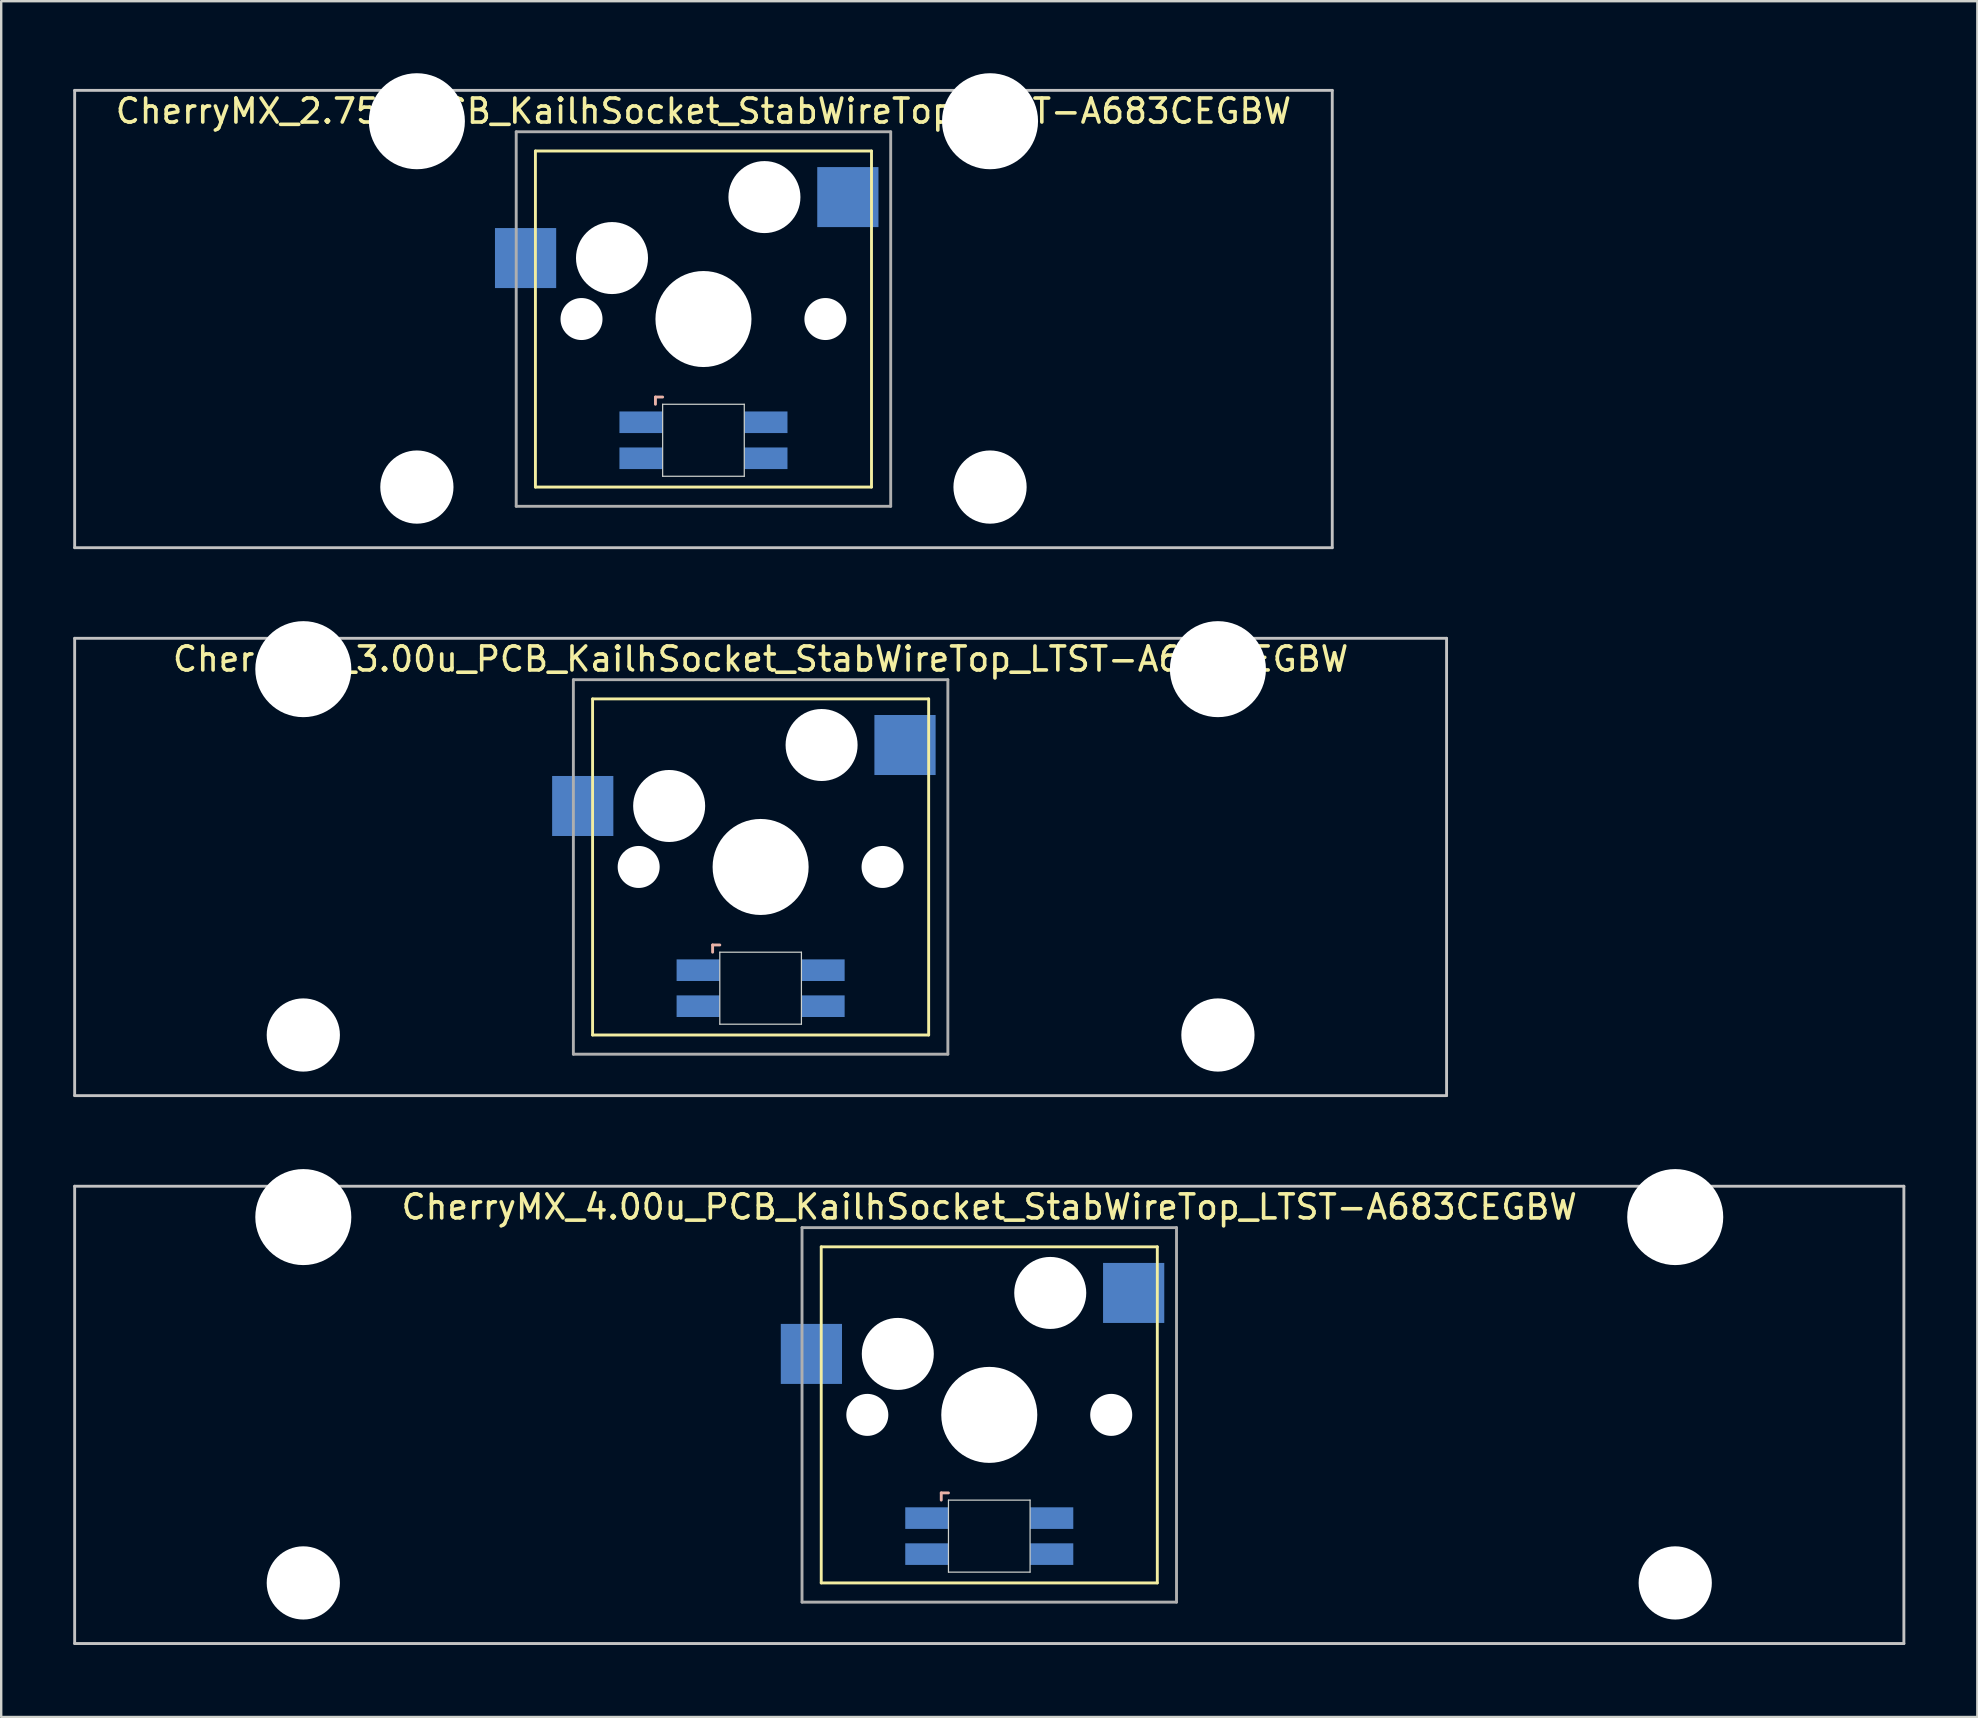
<source format=kicad_pcb>
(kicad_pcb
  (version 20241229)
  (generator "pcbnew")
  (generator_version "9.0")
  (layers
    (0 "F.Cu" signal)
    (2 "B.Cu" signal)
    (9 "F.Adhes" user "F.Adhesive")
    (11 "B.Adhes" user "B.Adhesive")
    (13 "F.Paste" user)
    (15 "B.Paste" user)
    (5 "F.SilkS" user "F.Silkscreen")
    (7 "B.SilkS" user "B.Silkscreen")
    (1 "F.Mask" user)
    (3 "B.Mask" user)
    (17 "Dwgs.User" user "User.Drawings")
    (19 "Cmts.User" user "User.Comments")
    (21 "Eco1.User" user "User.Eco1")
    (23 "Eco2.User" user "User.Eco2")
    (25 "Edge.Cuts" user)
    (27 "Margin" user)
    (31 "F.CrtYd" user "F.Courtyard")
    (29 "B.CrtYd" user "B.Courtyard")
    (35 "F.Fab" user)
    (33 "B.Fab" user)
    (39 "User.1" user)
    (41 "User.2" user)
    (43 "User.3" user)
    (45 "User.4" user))
  (footprint "CherryMX_2.75u_PCB_KailhSocket_StabWireTop_LTST-A683CEGBW"
    (layer "F.Cu")
    (at 26.254 10.24)
    (property "Reference" "CherryMX_2.75u_PCB_KailhSocket_StabWireTop_LTST-A683CEGBW" (at 0 -8.662 0) (layer "F.SilkS") (effects (font (size 1 1) (thickness 0.15))))
    (attr through_hole)
    (fp_line (start -7 -7) (end -7 7) (stroke (width 0.12) (type solid)) (layer "F.SilkS"))
    (fp_line (start -7 -7) (end 7 -7) (stroke (width 0.12) (type solid)) (layer "F.SilkS"))
    (fp_line (start 7 -7) (end 7 7) (stroke (width 0.12) (type solid)) (layer "F.SilkS"))
    (fp_line (start 7 7) (end -7 7) (stroke (width 0.12) (type solid)) (layer "F.SilkS"))
    (fp_line (start -2 3.25) (end -2 3.55) (stroke (width 0.12) (type solid)) (layer "B.SilkS"))
    (fp_line (start -1.7 3.25) (end -2 3.25) (stroke (width 0.12) (type solid)) (layer "B.SilkS"))
    (fp_line (start -26.194 -9.525) (end 26.194 -9.525) (stroke (width 0.12) (type solid)) (layer "Dwgs.User"))
    (fp_line (start -26.194 9.525) (end -26.194 -9.525) (stroke (width 0.12) (type solid)) (layer "Dwgs.User"))
    (fp_line (start 26.194 -9.525) (end 26.194 9.525) (stroke (width 0.12) (type solid)) (layer "Dwgs.User"))
    (fp_line (start 26.194 9.525) (end -26.194 9.525) (stroke (width 0.12) (type solid)) (layer "Dwgs.User"))
    (fp_line (start -1.7 3.55) (end 1.7 3.55) (stroke (width 0.05) (type solid)) (layer "Edge.Cuts"))
    (fp_line (start -1.7 6.55) (end -1.7 3.55) (stroke (width 0.05) (type solid)) (layer "Edge.Cuts"))
    (fp_line (start 1.7 3.55) (end 1.7 6.55) (stroke (width 0.05) (type solid)) (layer "Edge.Cuts"))
    (fp_line (start 1.7 6.55) (end -1.7 6.55) (stroke (width 0.05) (type solid)) (layer "Edge.Cuts"))
    (fp_line (start -7.8 -7.8) (end -7.8 7.8) (stroke (width 0.12) (type solid)) (layer "F.Fab"))
    (fp_line (start -7.8 -7.8) (end 7.8 -7.8) (stroke (width 0.12) (type solid)) (layer "F.Fab"))
    (fp_line (start -7.8 7.8) (end 7.8 7.8) (stroke (width 0.12) (type solid)) (layer "F.Fab"))
    (fp_line (start 7.8 -7.8) (end 7.8 7.8) (stroke (width 0.12) (type solid)) (layer "F.Fab"))
    (pad "" np_thru_hole circle (at -11.938 -8.24) (size 4 4) (drill 4) (layers "*.Cu" "*.Mask"))
    (pad "" np_thru_hole circle (at -11.938 7) (size 3.05 3.05) (drill 3.05) (layers "*.Cu" "*.Mask"))
    (pad "" np_thru_hole circle (at -5.08 0) (size 1.75 1.75) (drill 1.75) (layers "*.Cu" "*.Mask"))
    (pad "" np_thru_hole circle (at -3.81 -2.54) (size 3 3) (drill 3) (layers "*.Cu" "*.Mask"))
    (pad "" np_thru_hole circle (at 0 0) (size 4 4) (drill 4) (layers "*.Cu" "*.Mask"))
    (pad "" np_thru_hole circle (at 2.54 -5.08) (size 3 3) (drill 3) (layers "*.Cu" "*.Mask"))
    (pad "" np_thru_hole circle (at 5.08 0) (size 1.75 1.75) (drill 1.75) (layers "*.Cu" "*.Mask"))
    (pad "" np_thru_hole circle (at 11.938 -8.24) (size 4 4) (drill 4) (layers "*.Cu" "*.Mask"))
    (pad "" np_thru_hole circle (at 11.938 7) (size 3.05 3.05) (drill 3.05) (layers "*.Cu" "*.Mask"))
    (pad "1" smd rect (at -7.41 -2.54) (size 2.55 2.5) (layers "B.Cu" "B.Mask" "B.Paste"))
    (pad "2" smd rect (at 6.015 -5.08) (size 2.55 2.5) (layers "B.Cu" "B.Mask" "B.Paste"))
    (pad "3" smd rect (at -2.6 4.3) (size 1.8 0.9) (layers "B.Cu" "B.Mask" "B.Paste"))
    (pad "4" smd rect (at -2.6 5.8) (size 1.8 0.9) (layers "B.Cu" "B.Mask" "B.Paste"))
    (pad "5" smd rect (at 2.6 4.3) (size 1.8 0.9) (layers "B.Cu" "B.Mask" "B.Paste"))
    (pad "6" smd rect (at 2.6 5.8) (size 1.8 0.9) (layers "B.Cu" "B.Mask" "B.Paste")))
  (footprint "CherryMX_4.00u_PCB_KailhSocket_StabWireTop_LTST-A683CEGBW"
    (layer "F.Cu")
    (at 38.16 55.89)
    (property "Reference" "CherryMX_4.00u_PCB_KailhSocket_StabWireTop_LTST-A683CEGBW" (at 0 -8.662 0) (layer "F.SilkS") (effects (font (size 1 1) (thickness 0.15))))
    (attr through_hole)
    (fp_line (start -7 -7) (end -7 7) (stroke (width 0.12) (type solid)) (layer "F.SilkS"))
    (fp_line (start -7 -7) (end 7 -7) (stroke (width 0.12) (type solid)) (layer "F.SilkS"))
    (fp_line (start 7 -7) (end 7 7) (stroke (width 0.12) (type solid)) (layer "F.SilkS"))
    (fp_line (start 7 7) (end -7 7) (stroke (width 0.12) (type solid)) (layer "F.SilkS"))
    (fp_line (start -2 3.25) (end -2 3.55) (stroke (width 0.12) (type solid)) (layer "B.SilkS"))
    (fp_line (start -1.7 3.25) (end -2 3.25) (stroke (width 0.12) (type solid)) (layer "B.SilkS"))
    (fp_line (start -38.1 -9.525) (end 38.1 -9.525) (stroke (width 0.12) (type solid)) (layer "Dwgs.User"))
    (fp_line (start -38.1 9.525) (end -38.1 -9.525) (stroke (width 0.12) (type solid)) (layer "Dwgs.User"))
    (fp_line (start 38.1 -9.525) (end 38.1 9.525) (stroke (width 0.12) (type solid)) (layer "Dwgs.User"))
    (fp_line (start 38.1 9.525) (end -38.1 9.525) (stroke (width 0.12) (type solid)) (layer "Dwgs.User"))
    (fp_line (start -1.7 3.55) (end 1.7 3.55) (stroke (width 0.05) (type solid)) (layer "Edge.Cuts"))
    (fp_line (start -1.7 6.55) (end -1.7 3.55) (stroke (width 0.05) (type solid)) (layer "Edge.Cuts"))
    (fp_line (start 1.7 3.55) (end 1.7 6.55) (stroke (width 0.05) (type solid)) (layer "Edge.Cuts"))
    (fp_line (start 1.7 6.55) (end -1.7 6.55) (stroke (width 0.05) (type solid)) (layer "Edge.Cuts"))
    (fp_line (start -7.8 -7.8) (end -7.8 7.8) (stroke (width 0.12) (type solid)) (layer "F.Fab"))
    (fp_line (start -7.8 -7.8) (end 7.8 -7.8) (stroke (width 0.12) (type solid)) (layer "F.Fab"))
    (fp_line (start -7.8 7.8) (end 7.8 7.8) (stroke (width 0.12) (type solid)) (layer "F.Fab"))
    (fp_line (start 7.8 -7.8) (end 7.8 7.8) (stroke (width 0.12) (type solid)) (layer "F.Fab"))
    (pad "" np_thru_hole circle (at -28.575 -8.24) (size 4 4) (drill 4) (layers "*.Cu" "*.Mask"))
    (pad "" np_thru_hole circle (at -28.575 7) (size 3.05 3.05) (drill 3.05) (layers "*.Cu" "*.Mask"))
    (pad "" np_thru_hole circle (at -5.08 0) (size 1.75 1.75) (drill 1.75) (layers "*.Cu" "*.Mask"))
    (pad "" np_thru_hole circle (at -3.81 -2.54) (size 3 3) (drill 3) (layers "*.Cu" "*.Mask"))
    (pad "" np_thru_hole circle (at 0 0) (size 4 4) (drill 4) (layers "*.Cu" "*.Mask"))
    (pad "" np_thru_hole circle (at 2.54 -5.08) (size 3 3) (drill 3) (layers "*.Cu" "*.Mask"))
    (pad "" np_thru_hole circle (at 5.08 0) (size 1.75 1.75) (drill 1.75) (layers "*.Cu" "*.Mask"))
    (pad "" np_thru_hole circle (at 28.575 -8.24) (size 4 4) (drill 4) (layers "*.Cu" "*.Mask"))
    (pad "" np_thru_hole circle (at 28.575 7) (size 3.05 3.05) (drill 3.05) (layers "*.Cu" "*.Mask"))
    (pad "1" smd rect (at -7.41 -2.54) (size 2.55 2.5) (layers "B.Cu" "B.Mask" "B.Paste"))
    (pad "2" smd rect (at 6.015 -5.08) (size 2.55 2.5) (layers "B.Cu" "B.Mask" "B.Paste"))
    (pad "3" smd rect (at -2.6 4.3) (size 1.8 0.9) (layers "B.Cu" "B.Mask" "B.Paste"))
    (pad "4" smd rect (at -2.6 5.8) (size 1.8 0.9) (layers "B.Cu" "B.Mask" "B.Paste"))
    (pad "5" smd rect (at 2.6 4.3) (size 1.8 0.9) (layers "B.Cu" "B.Mask" "B.Paste"))
    (pad "6" smd rect (at 2.6 5.8) (size 1.8 0.9) (layers "B.Cu" "B.Mask" "B.Paste")))
  (footprint "CherryMX_3.00u_PCB_KailhSocket_StabWireTop_LTST-A683CEGBW"
    (layer "F.Cu")
    (at 28.635 33.065)
    (property "Reference" "CherryMX_3.00u_PCB_KailhSocket_StabWireTop_LTST-A683CEGBW" (at 0 -8.662 0) (layer "F.SilkS") (effects (font (size 1 1) (thickness 0.15))))
    (attr through_hole)
    (fp_line (start -7 -7) (end -7 7) (stroke (width 0.12) (type solid)) (layer "F.SilkS"))
    (fp_line (start -7 -7) (end 7 -7) (stroke (width 0.12) (type solid)) (layer "F.SilkS"))
    (fp_line (start 7 -7) (end 7 7) (stroke (width 0.12) (type solid)) (layer "F.SilkS"))
    (fp_line (start 7 7) (end -7 7) (stroke (width 0.12) (type solid)) (layer "F.SilkS"))
    (fp_line (start -2 3.25) (end -2 3.55) (stroke (width 0.12) (type solid)) (layer "B.SilkS"))
    (fp_line (start -1.7 3.25) (end -2 3.25) (stroke (width 0.12) (type solid)) (layer "B.SilkS"))
    (fp_line (start -28.575 -9.525) (end 28.575 -9.525) (stroke (width 0.12) (type solid)) (layer "Dwgs.User"))
    (fp_line (start -28.575 9.525) (end -28.575 -9.525) (stroke (width 0.12) (type solid)) (layer "Dwgs.User"))
    (fp_line (start 28.575 -9.525) (end 28.575 9.525) (stroke (width 0.12) (type solid)) (layer "Dwgs.User"))
    (fp_line (start 28.575 9.525) (end -28.575 9.525) (stroke (width 0.12) (type solid)) (layer "Dwgs.User"))
    (fp_line (start -1.7 3.55) (end 1.7 3.55) (stroke (width 0.05) (type solid)) (layer "Edge.Cuts"))
    (fp_line (start -1.7 6.55) (end -1.7 3.55) (stroke (width 0.05) (type solid)) (layer "Edge.Cuts"))
    (fp_line (start 1.7 3.55) (end 1.7 6.55) (stroke (width 0.05) (type solid)) (layer "Edge.Cuts"))
    (fp_line (start 1.7 6.55) (end -1.7 6.55) (stroke (width 0.05) (type solid)) (layer "Edge.Cuts"))
    (fp_line (start -7.8 -7.8) (end -7.8 7.8) (stroke (width 0.12) (type solid)) (layer "F.Fab"))
    (fp_line (start -7.8 -7.8) (end 7.8 -7.8) (stroke (width 0.12) (type solid)) (layer "F.Fab"))
    (fp_line (start -7.8 7.8) (end 7.8 7.8) (stroke (width 0.12) (type solid)) (layer "F.Fab"))
    (fp_line (start 7.8 -7.8) (end 7.8 7.8) (stroke (width 0.12) (type solid)) (layer "F.Fab"))
    (pad "" np_thru_hole circle (at -19.05 -8.24) (size 4 4) (drill 4) (layers "*.Cu" "*.Mask"))
    (pad "" np_thru_hole circle (at -19.05 7) (size 3.05 3.05) (drill 3.05) (layers "*.Cu" "*.Mask"))
    (pad "" np_thru_hole circle (at -5.08 0) (size 1.75 1.75) (drill 1.75) (layers "*.Cu" "*.Mask"))
    (pad "" np_thru_hole circle (at -3.81 -2.54) (size 3 3) (drill 3) (layers "*.Cu" "*.Mask"))
    (pad "" np_thru_hole circle (at 0 0) (size 4 4) (drill 4) (layers "*.Cu" "*.Mask"))
    (pad "" np_thru_hole circle (at 2.54 -5.08) (size 3 3) (drill 3) (layers "*.Cu" "*.Mask"))
    (pad "" np_thru_hole circle (at 5.08 0) (size 1.75 1.75) (drill 1.75) (layers "*.Cu" "*.Mask"))
    (pad "" np_thru_hole circle (at 19.05 -8.24) (size 4 4) (drill 4) (layers "*.Cu" "*.Mask"))
    (pad "" np_thru_hole circle (at 19.05 7) (size 3.05 3.05) (drill 3.05) (layers "*.Cu" "*.Mask"))
    (pad "1" smd rect (at -7.41 -2.54) (size 2.55 2.5) (layers "B.Cu" "B.Mask" "B.Paste"))
    (pad "2" smd rect (at 6.015 -5.08) (size 2.55 2.5) (layers "B.Cu" "B.Mask" "B.Paste"))
    (pad "3" smd rect (at -2.6 4.3) (size 1.8 0.9) (layers "B.Cu" "B.Mask" "B.Paste"))
    (pad "4" smd rect (at -2.6 5.8) (size 1.8 0.9) (layers "B.Cu" "B.Mask" "B.Paste"))
    (pad "5" smd rect (at 2.6 4.3) (size 1.8 0.9) (layers "B.Cu" "B.Mask" "B.Paste"))
    (pad "6" smd rect (at 2.6 5.8) (size 1.8 0.9) (layers "B.Cu" "B.Mask" "B.Paste")))
  (gr_rect
    (start -3 -3)
    (end 79.32 68.475)
    (stroke (width 0.1) (type default))
    (fill no)
    (layer "Edge.Cuts")))
</source>
